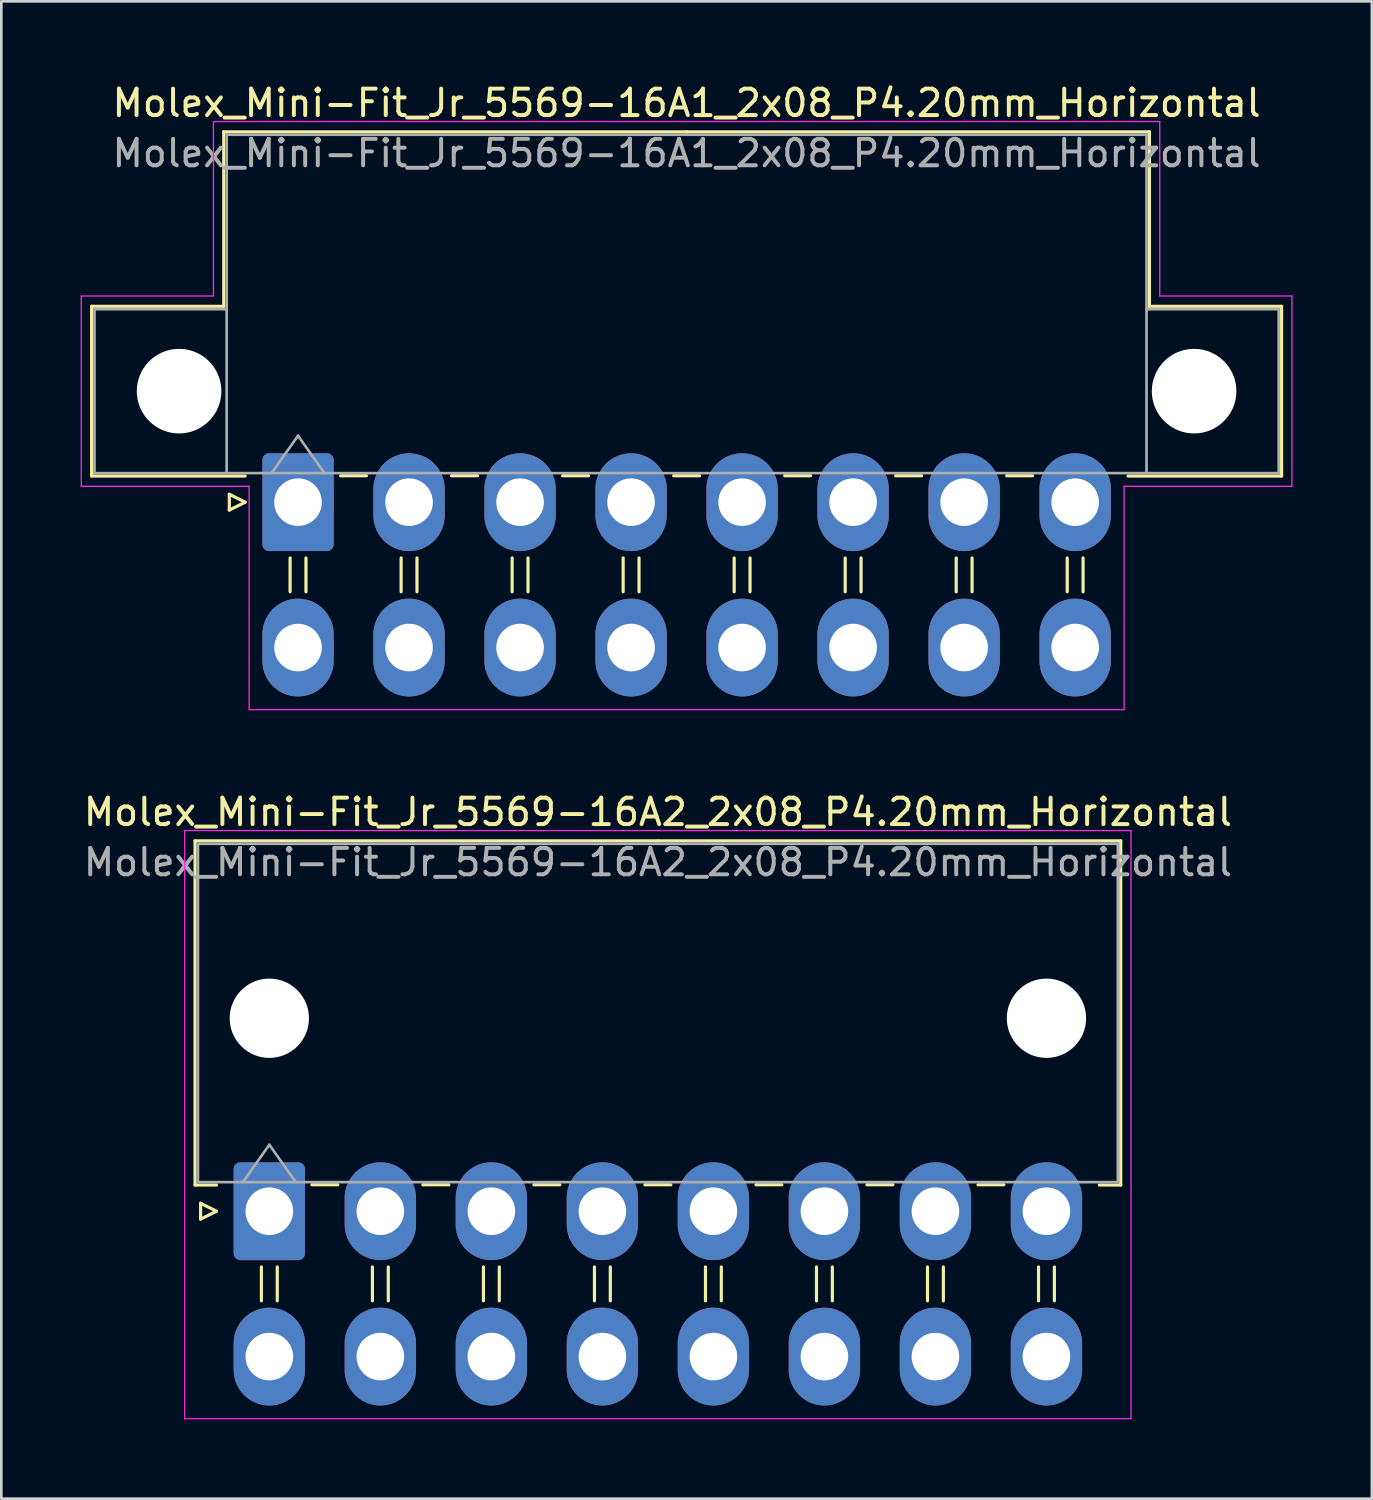
<source format=kicad_pcb>
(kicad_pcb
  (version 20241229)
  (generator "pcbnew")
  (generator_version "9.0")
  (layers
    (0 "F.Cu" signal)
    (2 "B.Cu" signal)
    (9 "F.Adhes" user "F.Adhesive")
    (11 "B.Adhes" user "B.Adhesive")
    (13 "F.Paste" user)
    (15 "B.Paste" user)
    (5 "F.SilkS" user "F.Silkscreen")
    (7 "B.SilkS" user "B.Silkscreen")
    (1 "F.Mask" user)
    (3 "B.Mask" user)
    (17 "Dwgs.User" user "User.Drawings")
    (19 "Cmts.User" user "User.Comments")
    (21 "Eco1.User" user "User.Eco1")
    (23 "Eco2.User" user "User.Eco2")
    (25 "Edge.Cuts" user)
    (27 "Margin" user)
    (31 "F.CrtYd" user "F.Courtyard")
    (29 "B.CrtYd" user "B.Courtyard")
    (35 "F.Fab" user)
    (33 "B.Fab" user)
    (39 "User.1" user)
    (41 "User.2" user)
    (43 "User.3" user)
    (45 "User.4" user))
  (footprint "Molex_Mini-Fit_Jr_5569-16A2_2x08_P4.20mm_Horizontal"
    (layer "F.Cu")
    (at 7.139 42.772)
    (property "Reference" "Molex_Mini-Fit_Jr_5569-16A2_2x08_P4.20mm_Horizontal" (at 14.7 -15.1 0) (layer "F.SilkS") (effects (font (size 1 1) (thickness 0.15))))
    (attr through_hole)
    (fp_line (start -2.81 -14.01) (end 14.7 -14.01) (stroke (width 0.12) (type solid)) (layer "F.SilkS"))
    (fp_line (start -2.81 -0.99) (end -2.81 -14.01) (stroke (width 0.12) (type solid)) (layer "F.SilkS"))
    (fp_line (start -2.6 -0.3) (end -2 0) (stroke (width 0.12) (type solid)) (layer "F.SilkS"))
    (fp_line (start -2.6 0.3) (end -2.6 -0.3) (stroke (width 0.12) (type solid)) (layer "F.SilkS"))
    (fp_line (start -2 -0.99) (end -2.81 -0.99) (stroke (width 0.12) (type solid)) (layer "F.SilkS"))
    (fp_line (start -2 0) (end -2.6 0.3) (stroke (width 0.12) (type solid)) (layer "F.SilkS"))
    (fp_line (start -0.3 2.11) (end -0.3 3.39) (stroke (width 0.12) (type solid)) (layer "F.SilkS"))
    (fp_line (start 0.3 2.11) (end 0.3 3.39) (stroke (width 0.12) (type solid)) (layer "F.SilkS"))
    (fp_line (start 1.61 -1) (end 2.59 -1) (stroke (width 0.12) (type solid)) (layer "F.SilkS"))
    (fp_line (start 3.9 2.11) (end 3.9 3.39) (stroke (width 0.12) (type solid)) (layer "F.SilkS"))
    (fp_line (start 4.5 2.11) (end 4.5 3.39) (stroke (width 0.12) (type solid)) (layer "F.SilkS"))
    (fp_line (start 5.81 -1) (end 6.79 -1) (stroke (width 0.12) (type solid)) (layer "F.SilkS"))
    (fp_line (start 8.1 2.11) (end 8.1 3.39) (stroke (width 0.12) (type solid)) (layer "F.SilkS"))
    (fp_line (start 8.7 2.11) (end 8.7 3.39) (stroke (width 0.12) (type solid)) (layer "F.SilkS"))
    (fp_line (start 10.01 -1) (end 10.99 -1) (stroke (width 0.12) (type solid)) (layer "F.SilkS"))
    (fp_line (start 12.3 2.11) (end 12.3 3.39) (stroke (width 0.12) (type solid)) (layer "F.SilkS"))
    (fp_line (start 12.9 2.11) (end 12.9 3.39) (stroke (width 0.12) (type solid)) (layer "F.SilkS"))
    (fp_line (start 14.21 -1) (end 15.19 -1) (stroke (width 0.12) (type solid)) (layer "F.SilkS"))
    (fp_line (start 16.5 2.11) (end 16.5 3.39) (stroke (width 0.12) (type solid)) (layer "F.SilkS"))
    (fp_line (start 17.1 2.11) (end 17.1 3.39) (stroke (width 0.12) (type solid)) (layer "F.SilkS"))
    (fp_line (start 18.41 -1) (end 19.39 -1) (stroke (width 0.12) (type solid)) (layer "F.SilkS"))
    (fp_line (start 20.7 2.11) (end 20.7 3.39) (stroke (width 0.12) (type solid)) (layer "F.SilkS"))
    (fp_line (start 21.3 2.11) (end 21.3 3.39) (stroke (width 0.12) (type solid)) (layer "F.SilkS"))
    (fp_line (start 22.61 -1) (end 23.59 -1) (stroke (width 0.12) (type solid)) (layer "F.SilkS"))
    (fp_line (start 24.9 2.11) (end 24.9 3.39) (stroke (width 0.12) (type solid)) (layer "F.SilkS"))
    (fp_line (start 25.5 2.11) (end 25.5 3.39) (stroke (width 0.12) (type solid)) (layer "F.SilkS"))
    (fp_line (start 26.81 -1) (end 27.79 -1) (stroke (width 0.12) (type solid)) (layer "F.SilkS"))
    (fp_line (start 29.1 2.11) (end 29.1 3.39) (stroke (width 0.12) (type solid)) (layer "F.SilkS"))
    (fp_line (start 29.7 2.11) (end 29.7 3.39) (stroke (width 0.12) (type solid)) (layer "F.SilkS"))
    (fp_line (start 31.4 -0.99) (end 32.21 -0.99) (stroke (width 0.12) (type solid)) (layer "F.SilkS"))
    (fp_line (start 32.21 -14.01) (end 14.7 -14.01) (stroke (width 0.12) (type solid)) (layer "F.SilkS"))
    (fp_line (start 32.21 -0.99) (end 32.21 -14.01) (stroke (width 0.12) (type solid)) (layer "F.SilkS"))
    (fp_line (start -3.2 -14.4) (end -3.2 7.85) (stroke (width 0.05) (type solid)) (layer "F.CrtYd"))
    (fp_line (start -3.2 7.85) (end 32.6 7.85) (stroke (width 0.05) (type solid)) (layer "F.CrtYd"))
    (fp_line (start 32.6 -14.4) (end -3.2 -14.4) (stroke (width 0.05) (type solid)) (layer "F.CrtYd"))
    (fp_line (start 32.6 7.85) (end 32.6 -14.4) (stroke (width 0.05) (type solid)) (layer "F.CrtYd"))
    (fp_line (start -2.7 -13.9) (end -2.7 -1.1) (stroke (width 0.1) (type solid)) (layer "F.Fab"))
    (fp_line (start -2.7 -1.1) (end 32.1 -1.1) (stroke (width 0.1) (type solid)) (layer "F.Fab"))
    (fp_line (start -1 -1.1) (end 0 -2.514) (stroke (width 0.1) (type solid)) (layer "F.Fab"))
    (fp_line (start 0 -2.514) (end 1 -1.1) (stroke (width 0.1) (type solid)) (layer "F.Fab"))
    (fp_line (start 32.1 -13.9) (end -2.7 -13.9) (stroke (width 0.1) (type solid)) (layer "F.Fab"))
    (fp_line (start 32.1 -1.1) (end 32.1 -13.9) (stroke (width 0.1) (type solid)) (layer "F.Fab"))
    (fp_text user "${REFERENCE}" (at 14.7 -13.2 0) (layer "F.Fab") (effects (font (size 1 1) (thickness 0.15))))
    (pad "" np_thru_hole circle (at 0 -7.3) (size 3 3) (drill 3) (layers "*.Cu" "*.Mask"))
    (pad "" np_thru_hole circle (at 29.4 -7.3) (size 3 3) (drill 3) (layers "*.Cu" "*.Mask"))
    (pad "1" thru_hole roundrect (at 0 0) (size 2.7 3.7) (drill 1.8) (layers "*.Cu" "*.Mask") (roundrect_rratio 0.093))
    (pad "2" thru_hole oval (at 4.2 0) (size 2.7 3.7) (drill 1.8) (layers "*.Cu" "*.Mask"))
    (pad "3" thru_hole oval (at 8.4 0) (size 2.7 3.7) (drill 1.8) (layers "*.Cu" "*.Mask"))
    (pad "4" thru_hole oval (at 12.6 0) (size 2.7 3.7) (drill 1.8) (layers "*.Cu" "*.Mask"))
    (pad "5" thru_hole oval (at 16.8 0) (size 2.7 3.7) (drill 1.8) (layers "*.Cu" "*.Mask"))
    (pad "6" thru_hole oval (at 21 0) (size 2.7 3.7) (drill 1.8) (layers "*.Cu" "*.Mask"))
    (pad "7" thru_hole oval (at 25.2 0) (size 2.7 3.7) (drill 1.8) (layers "*.Cu" "*.Mask"))
    (pad "8" thru_hole oval (at 29.4 0) (size 2.7 3.7) (drill 1.8) (layers "*.Cu" "*.Mask"))
    (pad "9" thru_hole oval (at 0 5.5) (size 2.7 3.7) (drill 1.8) (layers "*.Cu" "*.Mask"))
    (pad "10" thru_hole oval (at 4.2 5.5) (size 2.7 3.7) (drill 1.8) (layers "*.Cu" "*.Mask"))
    (pad "11" thru_hole oval (at 8.4 5.5) (size 2.7 3.7) (drill 1.8) (layers "*.Cu" "*.Mask"))
    (pad "12" thru_hole oval (at 12.6 5.5) (size 2.7 3.7) (drill 1.8) (layers "*.Cu" "*.Mask"))
    (pad "13" thru_hole oval (at 16.8 5.5) (size 2.7 3.7) (drill 1.8) (layers "*.Cu" "*.Mask"))
    (pad "14" thru_hole oval (at 21 5.5) (size 2.7 3.7) (drill 1.8) (layers "*.Cu" "*.Mask"))
    (pad "15" thru_hole oval (at 25.2 5.5) (size 2.7 3.7) (drill 1.8) (layers "*.Cu" "*.Mask"))
    (pad "16" thru_hole oval (at 29.4 5.5) (size 2.7 3.7) (drill 1.8) (layers "*.Cu" "*.Mask")))
  (footprint "Molex_Mini-Fit_Jr_5569-16A1_2x08_P4.20mm_Horizontal"
    (layer "F.Cu")
    (at 8.225 15.948)
    (property "Reference" "Molex_Mini-Fit_Jr_5569-16A1_2x08_P4.20mm_Horizontal" (at 14.7 -15.1 0) (layer "F.SilkS") (effects (font (size 1 1) (thickness 0.15))))
    (attr through_hole)
    (fp_line (start -7.81 -7.41) (end -7.81 -0.99) (stroke (width 0.12) (type solid)) (layer "F.SilkS"))
    (fp_line (start -7.81 -0.99) (end -2 -0.99) (stroke (width 0.12) (type solid)) (layer "F.SilkS"))
    (fp_line (start -2.81 -14.01) (end -2.81 -7.41) (stroke (width 0.12) (type solid)) (layer "F.SilkS"))
    (fp_line (start -2.81 -7.41) (end -7.81 -7.41) (stroke (width 0.12) (type solid)) (layer "F.SilkS"))
    (fp_line (start -2.6 -0.3) (end -2 0) (stroke (width 0.12) (type solid)) (layer "F.SilkS"))
    (fp_line (start -2.6 0.3) (end -2.6 -0.3) (stroke (width 0.12) (type solid)) (layer "F.SilkS"))
    (fp_line (start -2 0) (end -2.6 0.3) (stroke (width 0.12) (type solid)) (layer "F.SilkS"))
    (fp_line (start -0.3 2.11) (end -0.3 3.39) (stroke (width 0.12) (type solid)) (layer "F.SilkS"))
    (fp_line (start 0.3 2.11) (end 0.3 3.39) (stroke (width 0.12) (type solid)) (layer "F.SilkS"))
    (fp_line (start 1.61 -1) (end 2.59 -1) (stroke (width 0.12) (type solid)) (layer "F.SilkS"))
    (fp_line (start 3.9 2.11) (end 3.9 3.39) (stroke (width 0.12) (type solid)) (layer "F.SilkS"))
    (fp_line (start 4.5 2.11) (end 4.5 3.39) (stroke (width 0.12) (type solid)) (layer "F.SilkS"))
    (fp_line (start 5.81 -1) (end 6.79 -1) (stroke (width 0.12) (type solid)) (layer "F.SilkS"))
    (fp_line (start 8.1 2.11) (end 8.1 3.39) (stroke (width 0.12) (type solid)) (layer "F.SilkS"))
    (fp_line (start 8.7 2.11) (end 8.7 3.39) (stroke (width 0.12) (type solid)) (layer "F.SilkS"))
    (fp_line (start 10.01 -1) (end 10.99 -1) (stroke (width 0.12) (type solid)) (layer "F.SilkS"))
    (fp_line (start 12.3 2.11) (end 12.3 3.39) (stroke (width 0.12) (type solid)) (layer "F.SilkS"))
    (fp_line (start 12.9 2.11) (end 12.9 3.39) (stroke (width 0.12) (type solid)) (layer "F.SilkS"))
    (fp_line (start 14.21 -1) (end 15.19 -1) (stroke (width 0.12) (type solid)) (layer "F.SilkS"))
    (fp_line (start 14.7 -14.01) (end -2.81 -14.01) (stroke (width 0.12) (type solid)) (layer "F.SilkS"))
    (fp_line (start 14.7 -14.01) (end 32.21 -14.01) (stroke (width 0.12) (type solid)) (layer "F.SilkS"))
    (fp_line (start 16.5 2.11) (end 16.5 3.39) (stroke (width 0.12) (type solid)) (layer "F.SilkS"))
    (fp_line (start 17.1 2.11) (end 17.1 3.39) (stroke (width 0.12) (type solid)) (layer "F.SilkS"))
    (fp_line (start 18.41 -1) (end 19.39 -1) (stroke (width 0.12) (type solid)) (layer "F.SilkS"))
    (fp_line (start 20.7 2.11) (end 20.7 3.39) (stroke (width 0.12) (type solid)) (layer "F.SilkS"))
    (fp_line (start 21.3 2.11) (end 21.3 3.39) (stroke (width 0.12) (type solid)) (layer "F.SilkS"))
    (fp_line (start 22.61 -1) (end 23.59 -1) (stroke (width 0.12) (type solid)) (layer "F.SilkS"))
    (fp_line (start 24.9 2.11) (end 24.9 3.39) (stroke (width 0.12) (type solid)) (layer "F.SilkS"))
    (fp_line (start 25.5 2.11) (end 25.5 3.39) (stroke (width 0.12) (type solid)) (layer "F.SilkS"))
    (fp_line (start 26.81 -1) (end 27.79 -1) (stroke (width 0.12) (type solid)) (layer "F.SilkS"))
    (fp_line (start 29.1 2.11) (end 29.1 3.39) (stroke (width 0.12) (type solid)) (layer "F.SilkS"))
    (fp_line (start 29.7 2.11) (end 29.7 3.39) (stroke (width 0.12) (type solid)) (layer "F.SilkS"))
    (fp_line (start 32.21 -14.01) (end 32.21 -7.41) (stroke (width 0.12) (type solid)) (layer "F.SilkS"))
    (fp_line (start 32.21 -7.41) (end 37.21 -7.41) (stroke (width 0.12) (type solid)) (layer "F.SilkS"))
    (fp_line (start 37.21 -7.41) (end 37.21 -0.99) (stroke (width 0.12) (type solid)) (layer "F.SilkS"))
    (fp_line (start 37.21 -0.99) (end 31.4 -0.99) (stroke (width 0.12) (type solid)) (layer "F.SilkS"))
    (fp_line (start -8.2 -7.8) (end -8.2 -0.6) (stroke (width 0.05) (type solid)) (layer "F.CrtYd"))
    (fp_line (start -8.2 -0.6) (end -1.85 -0.6) (stroke (width 0.05) (type solid)) (layer "F.CrtYd"))
    (fp_line (start -3.2 -14.4) (end -3.2 -7.8) (stroke (width 0.05) (type solid)) (layer "F.CrtYd"))
    (fp_line (start -3.2 -7.8) (end -8.2 -7.8) (stroke (width 0.05) (type solid)) (layer "F.CrtYd"))
    (fp_line (start -1.85 -0.6) (end -1.85 7.85) (stroke (width 0.05) (type solid)) (layer "F.CrtYd"))
    (fp_line (start -1.85 7.85) (end 14.7 7.85) (stroke (width 0.05) (type solid)) (layer "F.CrtYd"))
    (fp_line (start 14.7 -14.4) (end -3.2 -14.4) (stroke (width 0.05) (type solid)) (layer "F.CrtYd"))
    (fp_line (start 14.7 -14.4) (end 32.6 -14.4) (stroke (width 0.05) (type solid)) (layer "F.CrtYd"))
    (fp_line (start 31.25 -0.6) (end 31.25 7.85) (stroke (width 0.05) (type solid)) (layer "F.CrtYd"))
    (fp_line (start 31.25 7.85) (end 14.7 7.85) (stroke (width 0.05) (type solid)) (layer "F.CrtYd"))
    (fp_line (start 32.6 -14.4) (end 32.6 -7.8) (stroke (width 0.05) (type solid)) (layer "F.CrtYd"))
    (fp_line (start 32.6 -7.8) (end 37.6 -7.8) (stroke (width 0.05) (type solid)) (layer "F.CrtYd"))
    (fp_line (start 37.6 -7.8) (end 37.6 -0.6) (stroke (width 0.05) (type solid)) (layer "F.CrtYd"))
    (fp_line (start 37.6 -0.6) (end 31.25 -0.6) (stroke (width 0.05) (type solid)) (layer "F.CrtYd"))
    (fp_line (start -7.7 -7.3) (end -7.7 -1.1) (stroke (width 0.1) (type solid)) (layer "F.Fab"))
    (fp_line (start -7.7 -1.1) (end -2.7 -1.1) (stroke (width 0.1) (type solid)) (layer "F.Fab"))
    (fp_line (start -2.7 -13.9) (end -2.7 -1.1) (stroke (width 0.1) (type solid)) (layer "F.Fab"))
    (fp_line (start -2.7 -7.3) (end -7.7 -7.3) (stroke (width 0.1) (type solid)) (layer "F.Fab"))
    (fp_line (start -2.7 -1.1) (end 32.1 -1.1) (stroke (width 0.1) (type solid)) (layer "F.Fab"))
    (fp_line (start -1 -1.1) (end 0 -2.514) (stroke (width 0.1) (type solid)) (layer "F.Fab"))
    (fp_line (start 0 -2.514) (end 1 -1.1) (stroke (width 0.1) (type solid)) (layer "F.Fab"))
    (fp_line (start 32.1 -13.9) (end -2.7 -13.9) (stroke (width 0.1) (type solid)) (layer "F.Fab"))
    (fp_line (start 32.1 -7.3) (end 37.1 -7.3) (stroke (width 0.1) (type solid)) (layer "F.Fab"))
    (fp_line (start 32.1 -1.1) (end 32.1 -13.9) (stroke (width 0.1) (type solid)) (layer "F.Fab"))
    (fp_line (start 37.1 -7.3) (end 37.1 -1.1) (stroke (width 0.1) (type solid)) (layer "F.Fab"))
    (fp_line (start 37.1 -1.1) (end 32.1 -1.1) (stroke (width 0.1) (type solid)) (layer "F.Fab"))
    (fp_text user "${REFERENCE}" (at 14.7 -13.2 0) (layer "F.Fab") (effects (font (size 1 1) (thickness 0.15))))
    (pad "" np_thru_hole circle (at -4.5 -4.2) (size 3.2 3.2) (drill 3.2) (layers "*.Cu" "*.Mask"))
    (pad "" np_thru_hole circle (at 33.9 -4.2) (size 3.2 3.2) (drill 3.2) (layers "*.Cu" "*.Mask"))
    (pad "1" thru_hole roundrect (at 0 0) (size 2.7 3.7) (drill 1.8) (layers "*.Cu" "*.Mask") (roundrect_rratio 0.093))
    (pad "2" thru_hole oval (at 4.2 0) (size 2.7 3.7) (drill 1.8) (layers "*.Cu" "*.Mask"))
    (pad "3" thru_hole oval (at 8.4 0) (size 2.7 3.7) (drill 1.8) (layers "*.Cu" "*.Mask"))
    (pad "4" thru_hole oval (at 12.6 0) (size 2.7 3.7) (drill 1.8) (layers "*.Cu" "*.Mask"))
    (pad "5" thru_hole oval (at 16.8 0) (size 2.7 3.7) (drill 1.8) (layers "*.Cu" "*.Mask"))
    (pad "6" thru_hole oval (at 21 0) (size 2.7 3.7) (drill 1.8) (layers "*.Cu" "*.Mask"))
    (pad "7" thru_hole oval (at 25.2 0) (size 2.7 3.7) (drill 1.8) (layers "*.Cu" "*.Mask"))
    (pad "8" thru_hole oval (at 29.4 0) (size 2.7 3.7) (drill 1.8) (layers "*.Cu" "*.Mask"))
    (pad "9" thru_hole oval (at 0 5.5) (size 2.7 3.7) (drill 1.8) (layers "*.Cu" "*.Mask"))
    (pad "10" thru_hole oval (at 4.2 5.5) (size 2.7 3.7) (drill 1.8) (layers "*.Cu" "*.Mask"))
    (pad "11" thru_hole oval (at 8.4 5.5) (size 2.7 3.7) (drill 1.8) (layers "*.Cu" "*.Mask"))
    (pad "12" thru_hole oval (at 12.6 5.5) (size 2.7 3.7) (drill 1.8) (layers "*.Cu" "*.Mask"))
    (pad "13" thru_hole oval (at 16.8 5.5) (size 2.7 3.7) (drill 1.8) (layers "*.Cu" "*.Mask"))
    (pad "14" thru_hole oval (at 21 5.5) (size 2.7 3.7) (drill 1.8) (layers "*.Cu" "*.Mask"))
    (pad "15" thru_hole oval (at 25.2 5.5) (size 2.7 3.7) (drill 1.8) (layers "*.Cu" "*.Mask"))
    (pad "16" thru_hole oval (at 29.4 5.5) (size 2.7 3.7) (drill 1.8) (layers "*.Cu" "*.Mask")))
  (gr_rect
    (start -3 -3)
    (end 48.85 53.647)
    (stroke (width 0.1) (type default))
    (fill no)
    (layer "Edge.Cuts")))
</source>
